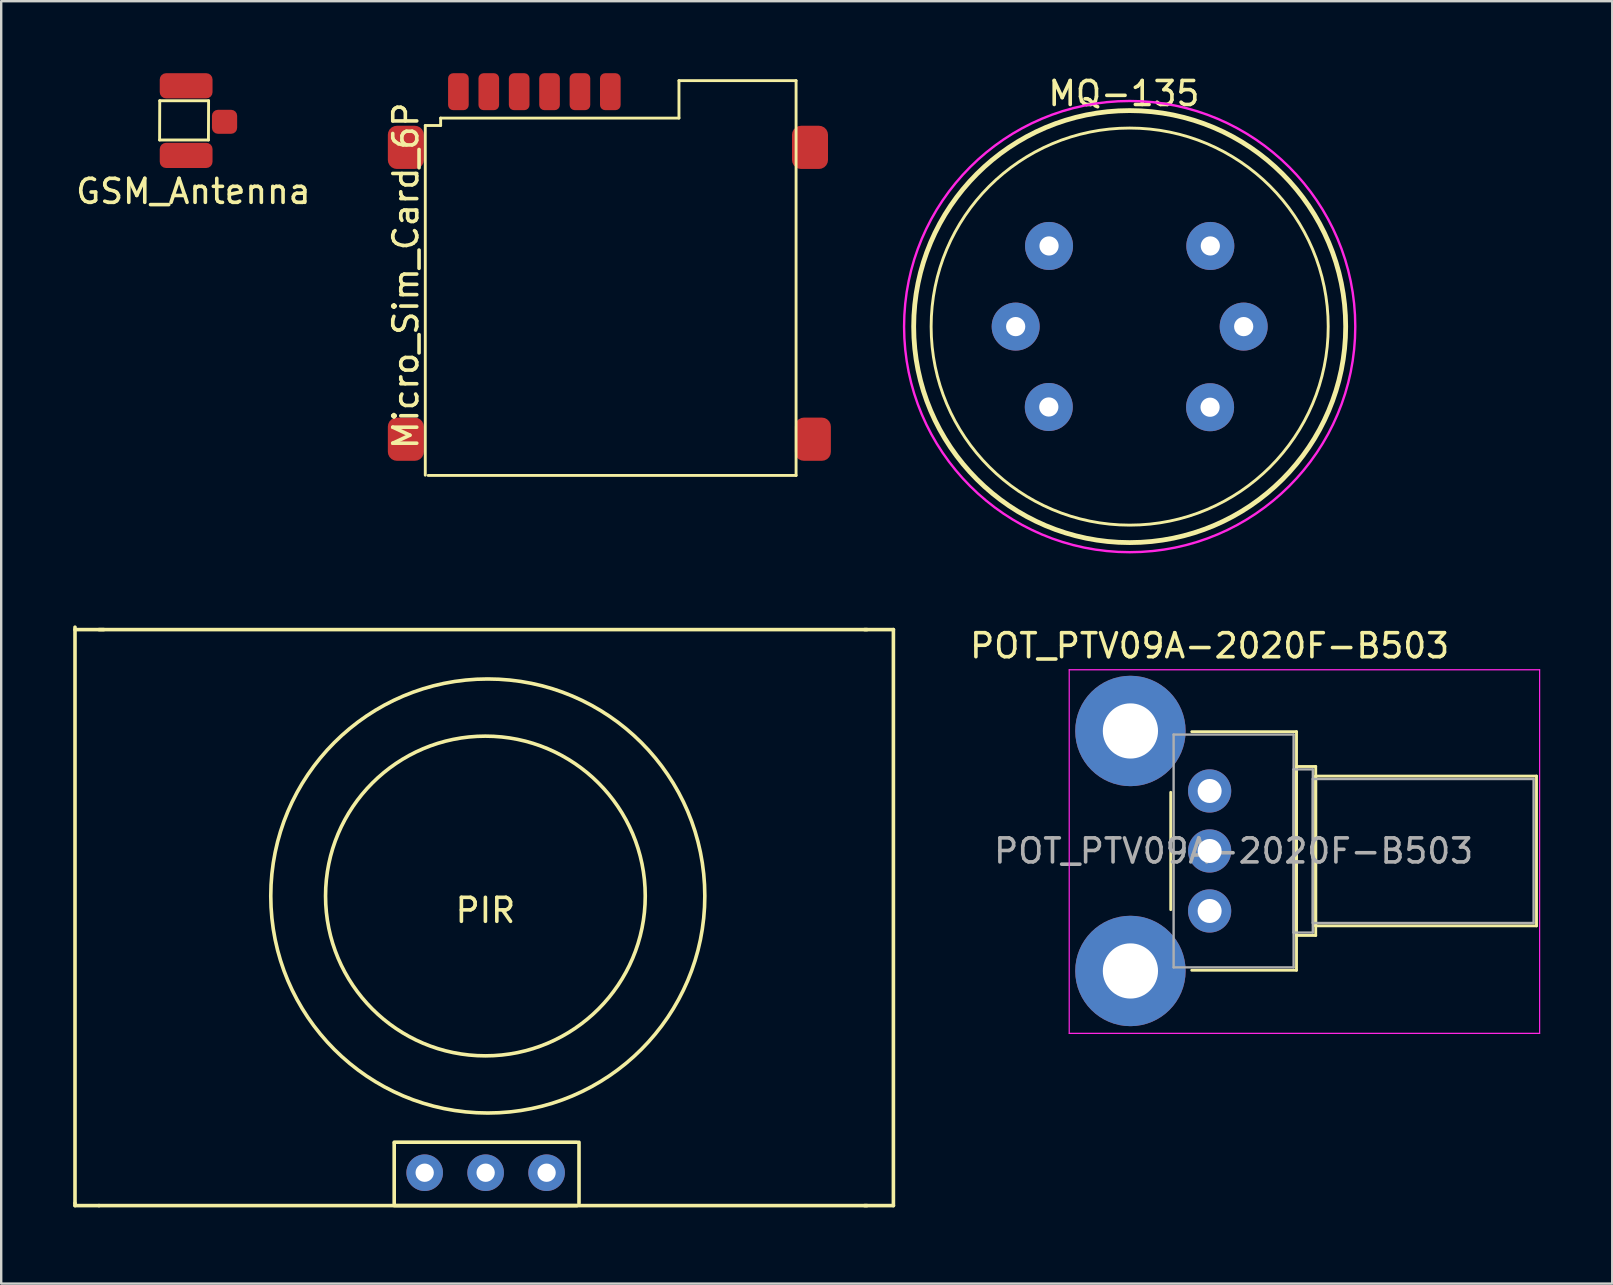
<source format=kicad_pcb>
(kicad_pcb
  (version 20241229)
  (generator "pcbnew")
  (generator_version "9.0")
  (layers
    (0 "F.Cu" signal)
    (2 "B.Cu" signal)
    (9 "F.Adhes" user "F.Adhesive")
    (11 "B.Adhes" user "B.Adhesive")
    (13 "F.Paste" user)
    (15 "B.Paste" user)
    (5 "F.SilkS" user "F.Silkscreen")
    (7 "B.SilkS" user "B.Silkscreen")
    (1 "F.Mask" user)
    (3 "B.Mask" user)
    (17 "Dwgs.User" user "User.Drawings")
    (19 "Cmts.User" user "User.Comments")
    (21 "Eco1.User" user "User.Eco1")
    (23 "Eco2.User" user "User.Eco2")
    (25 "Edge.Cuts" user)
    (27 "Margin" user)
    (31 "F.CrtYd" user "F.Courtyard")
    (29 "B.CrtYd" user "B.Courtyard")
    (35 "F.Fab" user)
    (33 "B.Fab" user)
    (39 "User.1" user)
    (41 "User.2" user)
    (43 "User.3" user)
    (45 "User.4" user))
  (footprint "Micro_Sim_Card_6P"
    (layer "F.Cu")
    (at 22.36 12.72)
    (property "Reference" "Micro_Sim_Card_6P" (at -8.5 -4.28 90) (layer "F.SilkS") (effects (font (size 1 1) (thickness 0.15))))
    (attr through_hole)
    (fp_line (start -7.69 -10.54) (end -7.69 4.03) (stroke (width 0.12) (type solid)) (layer "F.SilkS"))
    (fp_line (start -7.57 4.04) (end 7.76 4.04) (stroke (width 0.12) (type solid)) (layer "F.SilkS"))
    (fp_line (start -7.05 -10.85) (end -7.05 -10.54) (stroke (width 0.12) (type solid)) (layer "F.SilkS"))
    (fp_line (start -7.05 -10.54) (end -7.69 -10.54) (stroke (width 0.12) (type solid)) (layer "F.SilkS"))
    (fp_line (start 2.88 -12.41) (end 2.88 -10.85) (stroke (width 0.12) (type solid)) (layer "F.SilkS"))
    (fp_line (start 2.88 -10.85) (end -7.05 -10.85) (stroke (width 0.12) (type solid)) (layer "F.SilkS"))
    (fp_line (start 7.76 -12.41) (end 2.88 -12.41) (stroke (width 0.12) (type solid)) (layer "F.SilkS"))
    (fp_line (start 7.76 4.04) (end 7.76 -12.41) (stroke (width 0.12) (type solid)) (layer "F.SilkS"))
    (pad "1" smd roundrect (at -5.044 -11.95) (size 0.86 1.54) (layers "F.Cu" "F.Mask" "F.Paste") (roundrect_rratio 0.25))
    (pad "2" smd roundrect (at -2.512 -11.95) (size 0.86 1.54) (layers "F.Cu" "F.Mask" "F.Paste") (roundrect_rratio 0.25))
    (pad "3" smd roundrect (at 0.02 -11.95) (size 0.86 1.54) (layers "F.Cu" "F.Mask" "F.Paste") (roundrect_rratio 0.25))
    (pad "5" smd roundrect (at -8.5 -9.63) (size 1.5 1.8) (layers "F.Cu" "F.Mask" "F.Paste") (roundrect_rratio 0.25))
    (pad "5" smd roundrect (at -8.5 2.53) (size 1.5 1.8) (layers "F.Cu" "F.Mask" "F.Paste") (roundrect_rratio 0.25))
    (pad "5" smd roundrect (at -6.31 -11.95) (size 0.86 1.54) (layers "F.Cu" "F.Mask" "F.Paste") (roundrect_rratio 0.25))
    (pad "5" smd roundrect (at 8.34 -9.63) (size 1.5 1.8) (layers "F.Cu" "F.Mask" "F.Paste") (roundrect_rratio 0.25))
    (pad "5" smd roundrect (at 8.46 2.53) (size 1.5 1.8) (layers "F.Cu" "F.Mask" "F.Paste") (roundrect_rratio 0.25))
    (pad "6" smd roundrect (at -3.778 -11.95) (size 0.86 1.54) (layers "F.Cu" "F.Mask" "F.Paste") (roundrect_rratio 0.25))
    (pad "7" smd roundrect (at -1.246 -11.95) (size 0.86 1.54) (layers "F.Cu" "F.Mask" "F.Paste") (roundrect_rratio 0.25)))
  (footprint "GSM_Antenna"
    (layer "F.Cu")
    (at 3.606 2.925)
    (property "Reference" "GSM_Antenna" (at 1.4 2 0) (layer "F.SilkS") (effects (font (size 1 1) (thickness 0.15))))
    (attr through_hole)
    (fp_line (start -0.006 -0.142) (end 2.029 -0.142) (stroke (width 0.12) (type solid)) (layer "F.SilkS"))
    (fp_line (start 0 -1.778) (end -0.006 -0.142) (stroke (width 0.12) (type solid)) (layer "F.SilkS"))
    (fp_line (start 2.029 -0.142) (end 2.035 -1.778) (stroke (width 0.12) (type solid)) (layer "F.SilkS"))
    (fp_line (start 2.035 -1.778) (end 0 -1.778) (stroke (width 0.12) (type solid)) (layer "F.SilkS"))
    (pad "1" smd roundrect (at 2.7 -0.9) (size 1.05 1) (layers "F.Cu" "F.Mask" "F.Paste") (roundrect_rratio 0.25))
    (pad "2" smd roundrect (at 1.1 -2.4) (size 2.2 1.05) (layers "F.Cu" "F.Mask" "F.Paste") (roundrect_rratio 0.25))
    (pad "2" smd roundrect (at 1.1 0.5) (size 2.2 1.05) (layers "F.Cu" "F.Mask" "F.Paste") (roundrect_rratio 0.25)))
  (footprint "MQ-135"
    (layer "F.Cu")
    (at 43.81 10.868)
    (property "Reference" "MQ-135" (at -0.03 -10.02 0) (layer "F.SilkS") (effects (font (size 1 1) (thickness 0.15))))
    (attr through_hole)
    (fp_circle (center 0.21 -0.31) (end 0.21 8.69) (stroke (width 0.2) (type solid)) (fill no) (layer "F.SilkS"))
    (fp_circle (center 0.21 -0.31) (end 7.5 3.6) (stroke (width 0.12) (type solid)) (fill no) (layer "F.SilkS"))
    (fp_circle (center 0.21 -0.31) (end 9.61 -0.31) (stroke (width 0.1) (type solid)) (fill no) (layer "F.CrtYd"))
    (pad "1" thru_hole circle (at -3.15 -3.67) (size 2 2) (drill 0.8) (layers "*.Cu" "*.Mask"))
    (pad "2" thru_hole circle (at -4.54 -0.31) (size 2 2) (drill 0.8) (layers "*.Cu" "*.Mask"))
    (pad "3" thru_hole circle (at -3.16 3.04) (size 2 2) (drill 0.8) (layers "*.Cu" "*.Mask"))
    (pad "4" thru_hole circle (at 3.57 -3.67) (size 2 2) (drill 0.8) (layers "*.Cu" "*.Mask"))
    (pad "5" thru_hole circle (at 4.96 -0.31) (size 2 2) (drill 0.8) (layers "*.Cu" "*.Mask"))
    (pad "6" thru_hole circle (at 3.56 3.05) (size 2 2) (drill 0.8) (layers "*.Cu" "*.Mask")))
  (footprint "PIR"
    (layer "F.Cu")
    (at 17.075 47.183)
    (property "Reference" "PIR" (at 0.1 -12.3 0) (layer "F.SilkS") (effects (font (size 1 1) (thickness 0.15))))
    (attr through_hole)
    (fp_line (start -17 -24.1) (end -17 -0.1) (stroke (width 0.15) (type solid)) (layer "F.SilkS"))
    (fp_line (start -17 0) (end -17 -0.1) (stroke (width 0.15) (type solid)) (layer "F.SilkS"))
    (fp_line (start -16 0) (end -17 0) (stroke (width 0.15) (type solid)) (layer "F.SilkS"))
    (fp_line (start -16 0) (end 16 0) (stroke (width 0.15) (type solid)) (layer "F.SilkS"))
    (fp_line (start -15.8 -24) (end -17 -24) (stroke (width 0.15) (type solid)) (layer "F.SilkS"))
    (fp_line (start -3.7 -2.6) (end -3.7 -0.06) (stroke (width 0.15) (type solid)) (layer "F.SilkS"))
    (fp_line (start -3.7 0) (end 3.92 0) (stroke (width 0.15) (type solid)) (layer "F.SilkS"))
    (fp_line (start 3.92 -2.64) (end -3.7 -2.64) (stroke (width 0.15) (type solid)) (layer "F.SilkS"))
    (fp_line (start 4 -0.1) (end 4 -2.64) (stroke (width 0.15) (type solid)) (layer "F.SilkS"))
    (fp_line (start 16 -24) (end -16 -24) (stroke (width 0.15) (type solid)) (layer "F.SilkS"))
    (fp_line (start 17.1 -24) (end 15.9 -24) (stroke (width 0.15) (type solid)) (layer "F.SilkS"))
    (fp_line (start 17.1 0) (end 15.9 0) (stroke (width 0.15) (type solid)) (layer "F.SilkS"))
    (fp_line (start 17.1 0) (end 17.1 -24) (stroke (width 0.15) (type solid)) (layer "F.SilkS"))
    (fp_circle (center 0.1 -12.9) (end 4.5 -7.9) (stroke (width 0.15) (type solid)) (fill no) (layer "F.SilkS"))
    (fp_circle (center 0.2 -12.9) (end 7.3 -7.3) (stroke (width 0.15) (type solid)) (fill no) (layer "F.SilkS"))
    (pad "1" thru_hole circle (at 2.65 -1.37) (size 1.524 1.524) (drill 0.762) (layers "*.Cu" "*.Mask"))
    (pad "2" thru_hole circle (at 0.11 -1.37) (size 1.524 1.524) (drill 0.762) (layers "*.Cu" "*.Mask"))
    (pad "3" thru_hole circle (at -2.43 -1.37) (size 1.524 1.524) (drill 0.762) (layers "*.Cu" "*.Mask")))
  (footprint "POT_PTV09A-2020F-B503"
    (layer "F.Cu")
    (at 47.351 34.907)
    (property "Reference" "POT_PTV09A-2020F-B503" (at 0 -11.05 0) (layer "F.SilkS") (effects (font (size 1 1) (thickness 0.15))))
    (attr through_hole)
    (fp_line (start -1.62 -4.944) (end -1.62 -0.055) (stroke (width 0.12) (type solid)) (layer "F.SilkS"))
    (fp_line (start -0.745 -7.47) (end 3.62 -7.47) (stroke (width 0.12) (type solid)) (layer "F.SilkS"))
    (fp_line (start -0.745 2.47) (end 3.62 2.47) (stroke (width 0.12) (type solid)) (layer "F.SilkS"))
    (fp_line (start 3.62 -7.47) (end 3.62 2.47) (stroke (width 0.12) (type solid)) (layer "F.SilkS"))
    (fp_line (start 3.62 -6.02) (end 3.62 1.02) (stroke (width 0.12) (type solid)) (layer "F.SilkS"))
    (fp_line (start 3.62 -6.02) (end 4.42 -6.02) (stroke (width 0.12) (type solid)) (layer "F.SilkS"))
    (fp_line (start 3.62 1.02) (end 4.42 1.02) (stroke (width 0.12) (type solid)) (layer "F.SilkS"))
    (fp_line (start 4.42 -6.02) (end 4.42 1.02) (stroke (width 0.12) (type solid)) (layer "F.SilkS"))
    (fp_line (start 4.42 -5.62) (end 4.42 0.62) (stroke (width 0.12) (type solid)) (layer "F.SilkS"))
    (fp_line (start 4.42 -5.62) (end 13.62 -5.62) (stroke (width 0.12) (type solid)) (layer "F.SilkS"))
    (fp_line (start 4.42 0.62) (end 13.62 0.62) (stroke (width 0.12) (type solid)) (layer "F.SilkS"))
    (fp_line (start 13.62 -5.62) (end 13.62 0.62) (stroke (width 0.12) (type solid)) (layer "F.SilkS"))
    (fp_line (start -5.85 -10.05) (end -5.85 5.1) (stroke (width 0.05) (type solid)) (layer "F.CrtYd"))
    (fp_line (start -5.85 5.1) (end 13.75 5.1) (stroke (width 0.05) (type solid)) (layer "F.CrtYd"))
    (fp_line (start 13.75 -10.05) (end -5.85 -10.05) (stroke (width 0.05) (type solid)) (layer "F.CrtYd"))
    (fp_line (start 13.75 5.1) (end 13.75 -10.05) (stroke (width 0.05) (type solid)) (layer "F.CrtYd"))
    (fp_line (start -1.5 -7.35) (end -1.5 2.35) (stroke (width 0.1) (type solid)) (layer "F.Fab"))
    (fp_line (start -1.5 2.35) (end 3.5 2.35) (stroke (width 0.1) (type solid)) (layer "F.Fab"))
    (fp_line (start 3.5 -7.35) (end -1.5 -7.35) (stroke (width 0.1) (type solid)) (layer "F.Fab"))
    (fp_line (start 3.5 -5.9) (end 3.5 0.9) (stroke (width 0.1) (type solid)) (layer "F.Fab"))
    (fp_line (start 3.5 0.9) (end 4.3 0.9) (stroke (width 0.1) (type solid)) (layer "F.Fab"))
    (fp_line (start 3.5 2.35) (end 3.5 -7.35) (stroke (width 0.1) (type solid)) (layer "F.Fab"))
    (fp_line (start 4.3 -5.9) (end 3.5 -5.9) (stroke (width 0.1) (type solid)) (layer "F.Fab"))
    (fp_line (start 4.3 -5.5) (end 4.3 0.5) (stroke (width 0.1) (type solid)) (layer "F.Fab"))
    (fp_line (start 4.3 0.5) (end 13.5 0.5) (stroke (width 0.1) (type solid)) (layer "F.Fab"))
    (fp_line (start 4.3 0.9) (end 4.3 -5.9) (stroke (width 0.1) (type solid)) (layer "F.Fab"))
    (fp_line (start 13.5 -5.5) (end 4.3 -5.5) (stroke (width 0.1) (type solid)) (layer "F.Fab"))
    (fp_line (start 13.5 0.5) (end 13.5 -5.5) (stroke (width 0.1) (type solid)) (layer "F.Fab"))
    (fp_text user "${REFERENCE}" (at 1 -2.5 0) (layer "F.Fab") (effects (font (size 1 1) (thickness 0.15))))
    (pad "" thru_hole circle (at -3.3 -7.5) (size 4.6 4.6) (drill 2.3) (layers "*.Cu" "*.Mask"))
    (pad "" thru_hole circle (at -3.3 2.5) (size 4.6 4.6) (drill 2.3) (layers "*.Cu" "*.Mask"))
    (pad "1" thru_hole circle (at 0 0) (size 1.8 1.8) (drill 1) (layers "*.Cu" "*.Mask"))
    (pad "2" thru_hole circle (at 0 -2.5) (size 1.8 1.8) (drill 1) (layers "*.Cu" "*.Mask"))
    (pad "3" thru_hole circle (at 0 -5) (size 1.8 1.8) (drill 1) (layers "*.Cu" "*.Mask")))
  (gr_rect
    (start -3 -3)
    (end 64.126 50.433)
    (stroke (width 0.1) (type default))
    (fill no)
    (layer "Edge.Cuts")))
</source>
